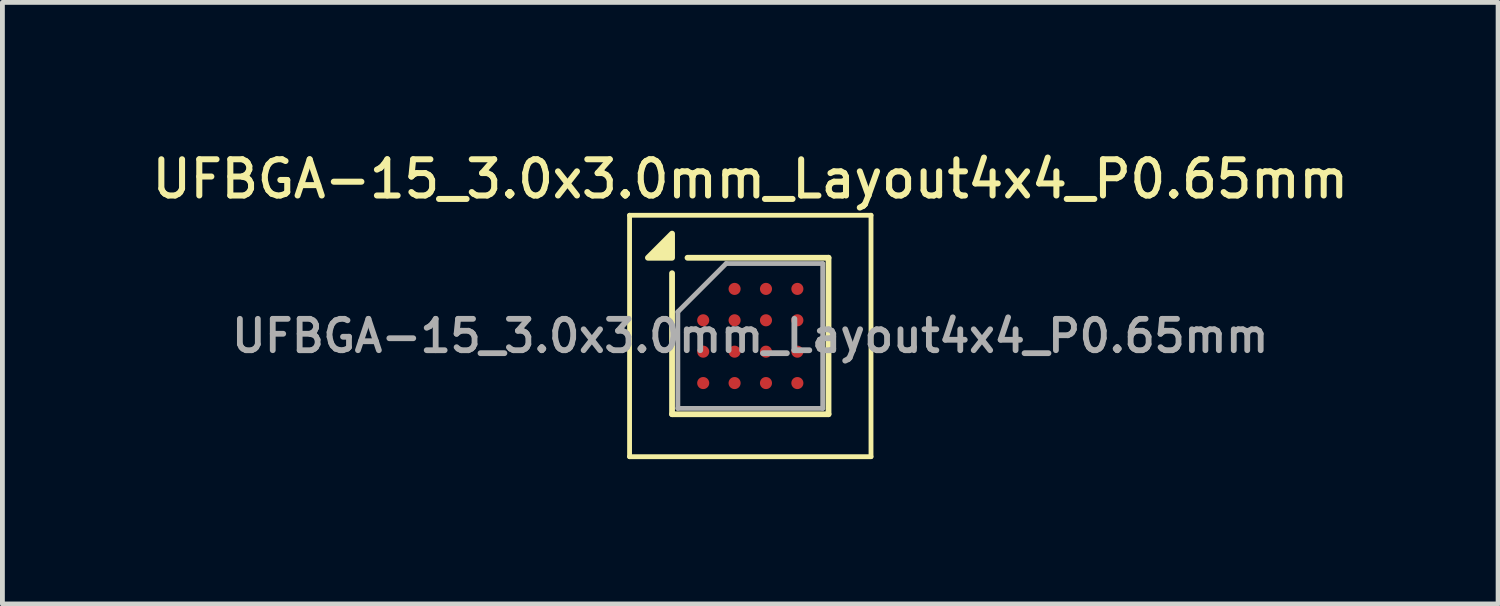
<source format=kicad_pcb>
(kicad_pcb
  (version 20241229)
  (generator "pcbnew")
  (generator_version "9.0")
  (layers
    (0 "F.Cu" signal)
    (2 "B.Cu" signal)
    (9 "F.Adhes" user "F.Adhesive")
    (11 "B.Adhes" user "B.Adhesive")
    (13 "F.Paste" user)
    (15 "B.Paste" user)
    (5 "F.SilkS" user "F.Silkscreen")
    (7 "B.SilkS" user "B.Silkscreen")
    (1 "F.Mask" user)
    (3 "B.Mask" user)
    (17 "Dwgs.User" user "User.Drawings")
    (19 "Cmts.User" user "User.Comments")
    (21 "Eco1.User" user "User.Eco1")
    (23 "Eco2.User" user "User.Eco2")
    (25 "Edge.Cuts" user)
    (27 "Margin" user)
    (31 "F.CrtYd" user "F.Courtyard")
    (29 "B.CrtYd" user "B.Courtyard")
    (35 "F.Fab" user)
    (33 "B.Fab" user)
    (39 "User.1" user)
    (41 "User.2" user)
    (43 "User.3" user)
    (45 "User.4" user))
  (footprint "UFBGA-15_3.0x3.0mm_Layout4x4_P0.65mm"
    (layer "F.Cu")
    (at 12.488 3.908)
    (property "Reference" "UFBGA-15_3.0x3.0mm_Layout4x4_P0.65mm" (at 0 -3.25 0) (layer "F.SilkS") (effects (font (size 0.75 0.75) (thickness 0.125))))
    (attr smd)
    (fp_line (start -2.5 -2.5) (end -2.5 2.5) (stroke (width 0.1) (type solid)) (layer "F.SilkS"))
    (fp_line (start -2.5 -2.5) (end 2.5 -2.5) (stroke (width 0.1) (type solid)) (layer "F.SilkS"))
    (fp_line (start -1.62 1.62) (end -1.62 -1.3) (stroke (width 0.12) (type solid)) (layer "F.SilkS"))
    (fp_line (start -1.3 -1.62) (end 1.62 -1.62) (stroke (width 0.12) (type solid)) (layer "F.SilkS"))
    (fp_line (start 1.62 -1.62) (end 1.62 1.62) (stroke (width 0.12) (type solid)) (layer "F.SilkS"))
    (fp_line (start 1.62 1.62) (end -1.62 1.62) (stroke (width 0.12) (type solid)) (layer "F.SilkS"))
    (fp_line (start 2.5 2.5) (end -2.5 2.5) (stroke (width 0.1) (type solid)) (layer "F.SilkS"))
    (fp_line (start 2.5 2.5) (end 2.5 -2.5) (stroke (width 0.1) (type solid)) (layer "F.SilkS"))
    (fp_poly (pts (xy -1.62 -1.62) (xy -2.12 -1.62) (xy -1.62 -2.12) (xy -1.62 -1.62)) (stroke (width 0.12) (type solid)) (fill yes) (layer "F.SilkS"))
    (fp_line (start -1.5 -0.5) (end -0.5 -1.5) (stroke (width 0.1) (type solid)) (layer "F.Fab"))
    (fp_line (start -1.5 1.5) (end -1.5 -0.5) (stroke (width 0.1) (type solid)) (layer "F.Fab"))
    (fp_line (start -0.5 -1.5) (end 1.5 -1.5) (stroke (width 0.1) (type solid)) (layer "F.Fab"))
    (fp_line (start 1.5 -1.5) (end 1.5 1.5) (stroke (width 0.1) (type solid)) (layer "F.Fab"))
    (fp_line (start 1.5 1.5) (end -1.5 1.5) (stroke (width 0.1) (type solid)) (layer "F.Fab"))
    (fp_text user "${REFERENCE}" (at 0 0 0) (layer "F.Fab") (effects (font (size 0.65 0.65) (thickness 0.12))))
    (pad "A2" smd circle (at -0.325 -0.975) (size 0.25 0.25) (property pad_prop_bga) (layers "F.Cu" "F.Mask" "F.Paste"))
    (pad "A3" smd circle (at 0.325 -0.975) (size 0.25 0.25) (property pad_prop_bga) (layers "F.Cu" "F.Mask" "F.Paste"))
    (pad "A4" smd circle (at 0.975 -0.975) (size 0.25 0.25) (property pad_prop_bga) (layers "F.Cu" "F.Mask" "F.Paste"))
    (pad "B1" smd circle (at -0.975 -0.325) (size 0.25 0.25) (property pad_prop_bga) (layers "F.Cu" "F.Mask" "F.Paste"))
    (pad "B2" smd circle (at -0.325 -0.325) (size 0.25 0.25) (property pad_prop_bga) (layers "F.Cu" "F.Mask" "F.Paste"))
    (pad "B3" smd circle (at 0.325 -0.325) (size 0.25 0.25) (property pad_prop_bga) (layers "F.Cu" "F.Mask" "F.Paste"))
    (pad "B4" smd circle (at 0.975 -0.325) (size 0.25 0.25) (property pad_prop_bga) (layers "F.Cu" "F.Mask" "F.Paste"))
    (pad "C1" smd circle (at -0.975 0.325) (size 0.25 0.25) (property pad_prop_bga) (layers "F.Cu" "F.Mask" "F.Paste"))
    (pad "C2" smd circle (at -0.325 0.325) (size 0.25 0.25) (property pad_prop_bga) (layers "F.Cu" "F.Mask" "F.Paste"))
    (pad "C3" smd circle (at 0.325 0.325) (size 0.25 0.25) (property pad_prop_bga) (layers "F.Cu" "F.Mask" "F.Paste"))
    (pad "C4" smd circle (at 0.975 0.325) (size 0.25 0.25) (property pad_prop_bga) (layers "F.Cu" "F.Mask" "F.Paste"))
    (pad "D1" smd circle (at -0.975 0.975) (size 0.25 0.25) (property pad_prop_bga) (layers "F.Cu" "F.Mask" "F.Paste"))
    (pad "D2" smd circle (at -0.325 0.975) (size 0.25 0.25) (property pad_prop_bga) (layers "F.Cu" "F.Mask" "F.Paste"))
    (pad "D3" smd circle (at 0.325 0.975) (size 0.25 0.25) (property pad_prop_bga) (layers "F.Cu" "F.Mask" "F.Paste"))
    (pad "D4" smd circle (at 0.975 0.975) (size 0.25 0.25) (property pad_prop_bga) (layers "F.Cu" "F.Mask" "F.Paste")))
  (gr_rect
    (start -3 -3)
    (end 27.975 9.458)
    (stroke (width 0.1) (type default))
    (fill no)
    (layer "Edge.Cuts")))
</source>
